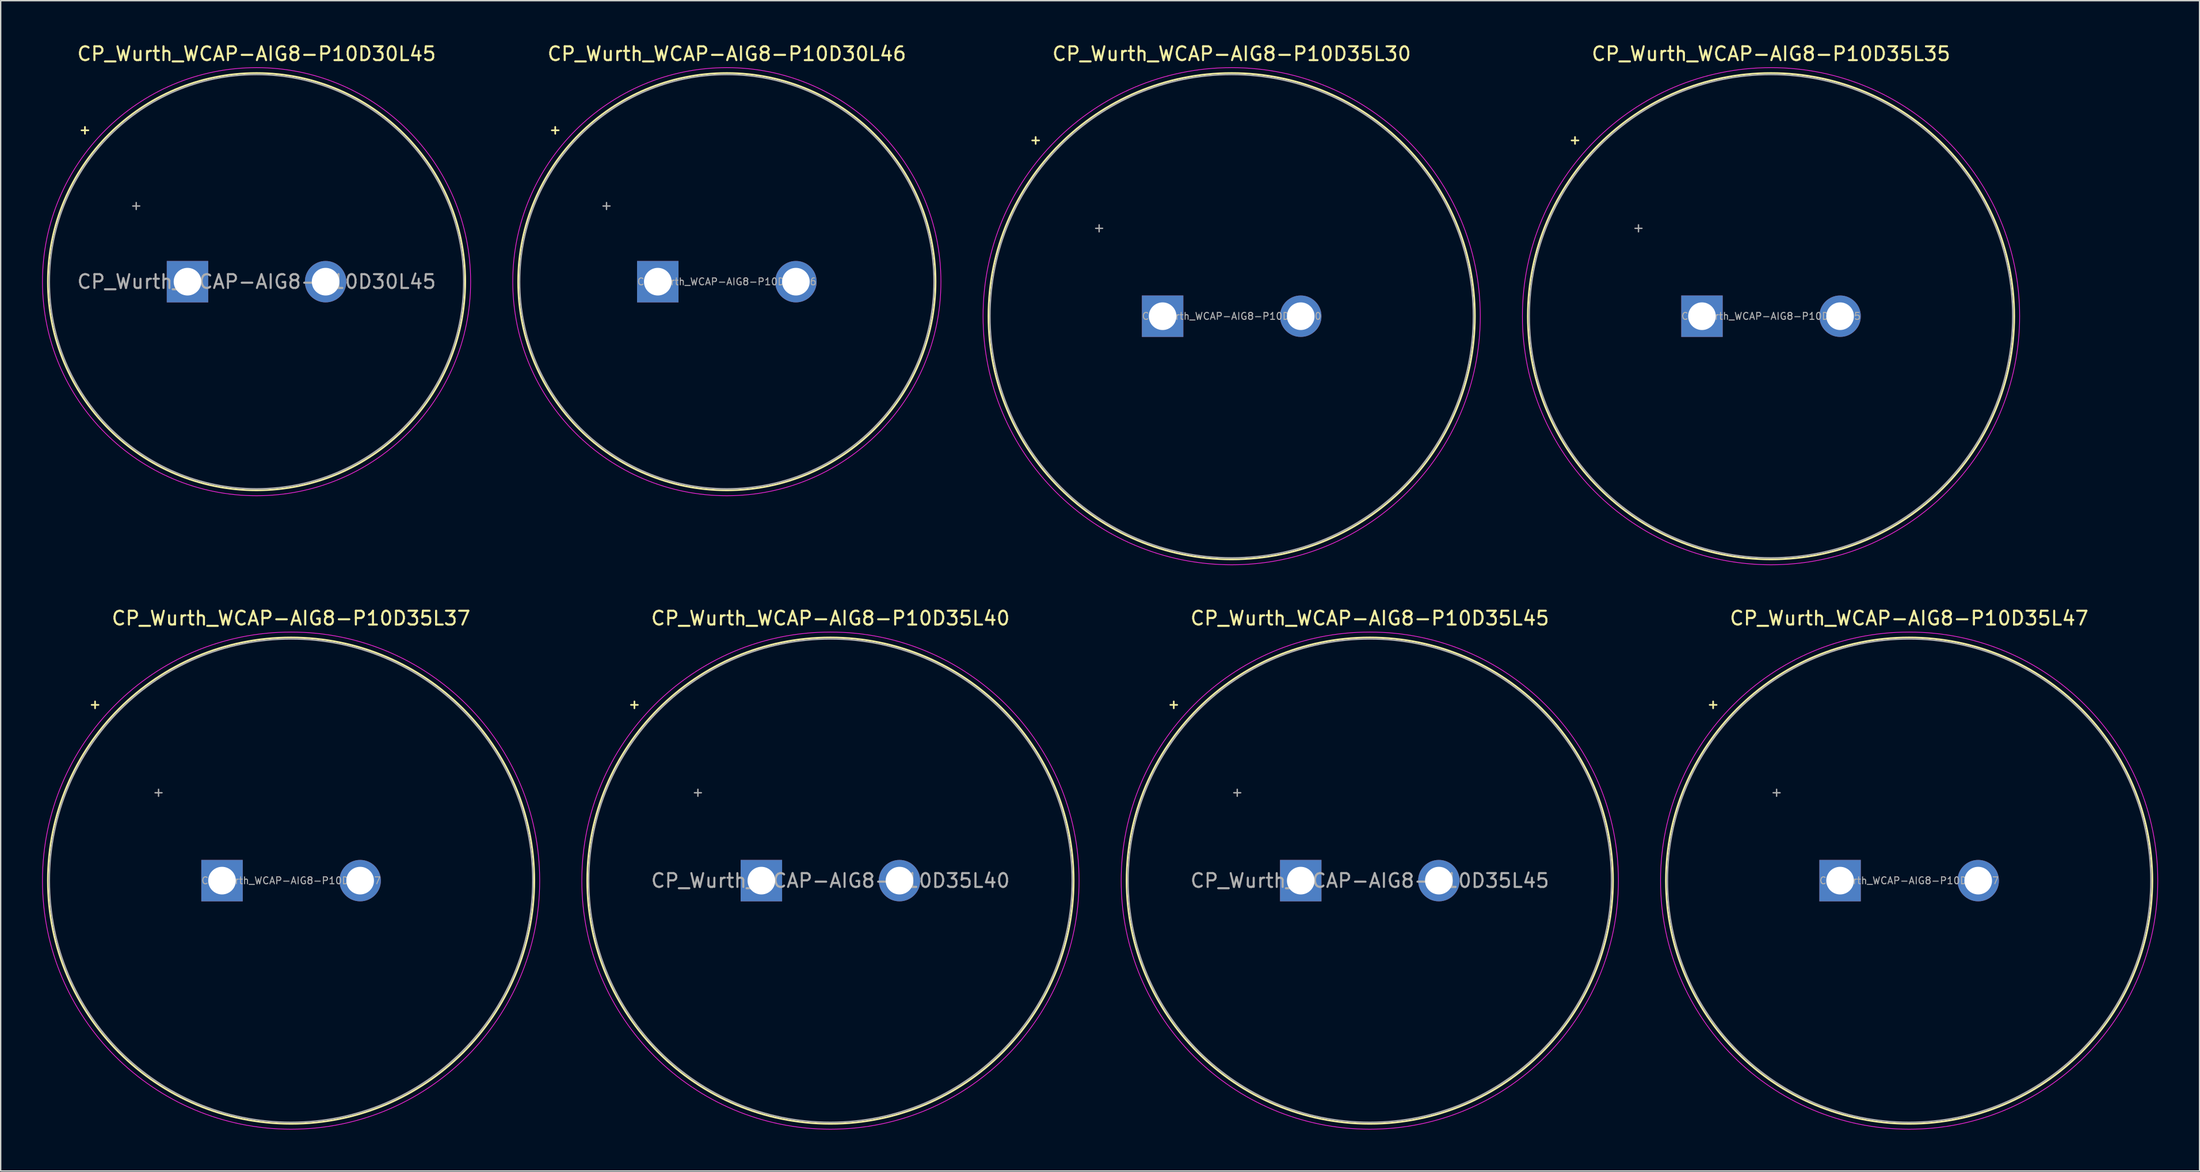
<source format=kicad_pcb>
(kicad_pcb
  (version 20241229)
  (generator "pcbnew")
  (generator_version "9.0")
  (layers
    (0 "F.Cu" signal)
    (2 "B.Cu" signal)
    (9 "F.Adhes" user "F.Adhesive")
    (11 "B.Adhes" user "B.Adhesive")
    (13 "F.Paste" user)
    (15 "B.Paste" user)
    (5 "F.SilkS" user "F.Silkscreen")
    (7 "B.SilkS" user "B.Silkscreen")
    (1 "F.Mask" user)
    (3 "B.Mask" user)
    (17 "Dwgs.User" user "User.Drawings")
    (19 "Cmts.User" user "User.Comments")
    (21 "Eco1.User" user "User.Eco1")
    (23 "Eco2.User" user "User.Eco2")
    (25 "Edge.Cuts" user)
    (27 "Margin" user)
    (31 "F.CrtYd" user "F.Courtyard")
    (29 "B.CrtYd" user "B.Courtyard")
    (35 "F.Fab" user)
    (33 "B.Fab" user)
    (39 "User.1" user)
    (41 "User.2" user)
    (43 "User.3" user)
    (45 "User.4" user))
  (footprint "CP_Wurth_WCAP-AIG8-P10D30L46"
    (layer "F.Cu")
    (at 44.575 17.348)
    (property "Reference" "CP_Wurth_WCAP-AIG8-P10D30L46" (at 5 -16.5 0) (unlocked yes) (layer "F.SilkS") (effects (font (size 1 1) (thickness 0.15))))
    (attr through_hole)
    (fp_line (start -7.675 -10.96) (end -7.175 -10.96) (stroke (width 0.12) (type solid)) (layer "F.SilkS"))
    (fp_line (start -7.425 -10.71) (end -7.425 -11.21) (stroke (width 0.12) (type solid)) (layer "F.SilkS"))
    (fp_circle (center 5 0) (end 20.11 0) (stroke (width 0.12) (type solid)) (fill no) (layer "F.SilkS"))
    (fp_circle (center 5 0) (end 20.5 0) (stroke (width 0.05) (type solid)) (fill no) (layer "F.CrtYd"))
    (fp_line (start -3.962 -5.48) (end -3.462 -5.48) (stroke (width 0.1) (type default)) (layer "F.Fab"))
    (fp_line (start -3.712 -5.23) (end -3.712 -5.73) (stroke (width 0.1) (type default)) (layer "F.Fab"))
    (fp_circle (center 5 0) (end 20 0) (stroke (width 0.1) (type solid)) (fill no) (layer "F.Fab"))
    (fp_text user "${REFERENCE}" (at 5 0 0) (unlocked yes) (layer "F.Fab") (effects (font (size 0.5 0.5) (thickness 0.075))))
    (pad "1" thru_hole rect (at 0 0) (size 3 3) (drill 2) (layers "*.Cu" "*.Mask"))
    (pad "2" thru_hole circle (at 10 0) (size 3 3) (drill 2) (layers "*.Cu" "*.Mask")))
  (footprint "CP_Wurth_WCAP-AIG8-P10D35L37"
    (layer "F.Cu")
    (at 13.025 60.721)
    (property "Reference" "CP_Wurth_WCAP-AIG8-P10D35L37" (at 5 -19 0) (unlocked yes) (layer "F.SilkS") (effects (font (size 1 1) (thickness 0.15))))
    (attr through_hole)
    (fp_line (start -9.442 -12.728) (end -8.942 -12.728) (stroke (width 0.12) (type solid)) (layer "F.SilkS"))
    (fp_line (start -9.192 -12.478) (end -9.192 -12.978) (stroke (width 0.12) (type solid)) (layer "F.SilkS"))
    (fp_circle (center 5 0) (end 22.61 0) (stroke (width 0.12) (type solid)) (fill no) (layer "F.SilkS"))
    (fp_circle (center 5 0) (end 23 0) (stroke (width 0.05) (type solid)) (fill no) (layer "F.CrtYd"))
    (fp_line (start -4.846 -6.364) (end -4.346 -6.364) (stroke (width 0.1) (type default)) (layer "F.Fab"))
    (fp_line (start -4.596 -6.114) (end -4.596 -6.614) (stroke (width 0.1) (type default)) (layer "F.Fab"))
    (fp_circle (center 5 0) (end 22.5 0) (stroke (width 0.1) (type solid)) (fill no) (layer "F.Fab"))
    (fp_text user "${REFERENCE}" (at 5 0 0) (unlocked yes) (layer "F.Fab") (effects (font (size 0.5 0.5) (thickness 0.075))))
    (pad "1" thru_hole rect (at 0 0) (size 3 3) (drill 2) (layers "*.Cu" "*.Mask"))
    (pad "2" thru_hole circle (at 10 0) (size 3 3) (drill 2) (layers "*.Cu" "*.Mask")))
  (footprint "CP_Wurth_WCAP-AIG8-P10D35L45"
    (layer "F.Cu")
    (at 91.125 60.721)
    (property "Reference" "CP_Wurth_WCAP-AIG8-P10D35L45" (at 5 -19 0) (unlocked yes) (layer "F.SilkS") (effects (font (size 1 1) (thickness 0.15))))
    (attr through_hole)
    (fp_line (start -9.442 -12.728) (end -8.942 -12.728) (stroke (width 0.12) (type solid)) (layer "F.SilkS"))
    (fp_line (start -9.192 -12.478) (end -9.192 -12.978) (stroke (width 0.12) (type solid)) (layer "F.SilkS"))
    (fp_circle (center 5 0) (end 22.61 0) (stroke (width 0.12) (type solid)) (fill no) (layer "F.SilkS"))
    (fp_circle (center 5 0) (end 23 0) (stroke (width 0.05) (type solid)) (fill no) (layer "F.CrtYd"))
    (fp_line (start -4.846 -6.364) (end -4.346 -6.364) (stroke (width 0.1) (type default)) (layer "F.Fab"))
    (fp_line (start -4.596 -6.114) (end -4.596 -6.614) (stroke (width 0.1) (type default)) (layer "F.Fab"))
    (fp_circle (center 5 0) (end 22.5 0) (stroke (width 0.1) (type solid)) (fill no) (layer "F.Fab"))
    (fp_text user "${REFERENCE}" (at 5 0 0) (unlocked yes) (layer "F.Fab") (effects (font (size 1 1) (thickness 0.15))))
    (pad "1" thru_hole rect (at 0 0) (size 3 3) (drill 2) (layers "*.Cu" "*.Mask"))
    (pad "2" thru_hole circle (at 10 0) (size 3 3) (drill 2) (layers "*.Cu" "*.Mask")))
  (footprint "CP_Wurth_WCAP-AIG8-P10D35L47"
    (layer "F.Cu")
    (at 130.175 60.721)
    (property "Reference" "CP_Wurth_WCAP-AIG8-P10D35L47" (at 5 -19 0) (unlocked yes) (layer "F.SilkS") (effects (font (size 1 1) (thickness 0.15))))
    (attr through_hole)
    (fp_line (start -9.442 -12.728) (end -8.942 -12.728) (stroke (width 0.12) (type solid)) (layer "F.SilkS"))
    (fp_line (start -9.192 -12.478) (end -9.192 -12.978) (stroke (width 0.12) (type solid)) (layer "F.SilkS"))
    (fp_circle (center 5 0) (end 22.61 0) (stroke (width 0.12) (type solid)) (fill no) (layer "F.SilkS"))
    (fp_circle (center 5 0) (end 23 0) (stroke (width 0.05) (type solid)) (fill no) (layer "F.CrtYd"))
    (fp_line (start -4.846 -6.364) (end -4.346 -6.364) (stroke (width 0.1) (type default)) (layer "F.Fab"))
    (fp_line (start -4.596 -6.114) (end -4.596 -6.614) (stroke (width 0.1) (type default)) (layer "F.Fab"))
    (fp_circle (center 5 0) (end 22.5 0) (stroke (width 0.1) (type solid)) (fill no) (layer "F.Fab"))
    (fp_text user "${REFERENCE}" (at 5 0 0) (unlocked yes) (layer "F.Fab") (effects (font (size 0.5 0.5) (thickness 0.075))))
    (pad "1" thru_hole rect (at 0 0) (size 3 3) (drill 2) (layers "*.Cu" "*.Mask"))
    (pad "2" thru_hole circle (at 10 0) (size 3 3) (drill 2) (layers "*.Cu" "*.Mask")))
  (footprint "CP_Wurth_WCAP-AIG8-P10D30L45"
    (layer "F.Cu")
    (at 10.525 17.348)
    (property "Reference" "CP_Wurth_WCAP-AIG8-P10D30L45" (at 5 -16.5 0) (unlocked yes) (layer "F.SilkS") (effects (font (size 1 1) (thickness 0.15))))
    (attr through_hole)
    (fp_line (start -7.675 -10.96) (end -7.175 -10.96) (stroke (width 0.12) (type solid)) (layer "F.SilkS"))
    (fp_line (start -7.425 -10.71) (end -7.425 -11.21) (stroke (width 0.12) (type solid)) (layer "F.SilkS"))
    (fp_circle (center 5 0) (end 20.11 0) (stroke (width 0.12) (type solid)) (fill no) (layer "F.SilkS"))
    (fp_circle (center 5 0) (end 20.5 0) (stroke (width 0.05) (type solid)) (fill no) (layer "F.CrtYd"))
    (fp_line (start -3.962 -5.48) (end -3.462 -5.48) (stroke (width 0.1) (type default)) (layer "F.Fab"))
    (fp_line (start -3.712 -5.23) (end -3.712 -5.73) (stroke (width 0.1) (type default)) (layer "F.Fab"))
    (fp_circle (center 5 0) (end 20 0) (stroke (width 0.1) (type solid)) (fill no) (layer "F.Fab"))
    (fp_text user "${REFERENCE}" (at 5 0 0) (unlocked yes) (layer "F.Fab") (effects (font (size 1 1) (thickness 0.15))))
    (pad "1" thru_hole rect (at 0 0) (size 3 3) (drill 2) (layers "*.Cu" "*.Mask"))
    (pad "2" thru_hole circle (at 10 0) (size 3 3) (drill 2) (layers "*.Cu" "*.Mask")))
  (footprint "CP_Wurth_WCAP-AIG8-P10D35L35"
    (layer "F.Cu")
    (at 120.175 19.848)
    (property "Reference" "CP_Wurth_WCAP-AIG8-P10D35L35" (at 5 -19 0) (unlocked yes) (layer "F.SilkS") (effects (font (size 1 1) (thickness 0.15))))
    (attr through_hole)
    (fp_line (start -9.442 -12.728) (end -8.942 -12.728) (stroke (width 0.12) (type solid)) (layer "F.SilkS"))
    (fp_line (start -9.192 -12.478) (end -9.192 -12.978) (stroke (width 0.12) (type solid)) (layer "F.SilkS"))
    (fp_circle (center 5 0) (end 22.61 0) (stroke (width 0.12) (type solid)) (fill no) (layer "F.SilkS"))
    (fp_circle (center 5 0) (end 23 0) (stroke (width 0.05) (type solid)) (fill no) (layer "F.CrtYd"))
    (fp_line (start -4.846 -6.364) (end -4.346 -6.364) (stroke (width 0.1) (type default)) (layer "F.Fab"))
    (fp_line (start -4.596 -6.114) (end -4.596 -6.614) (stroke (width 0.1) (type default)) (layer "F.Fab"))
    (fp_circle (center 5 0) (end 22.5 0) (stroke (width 0.1) (type solid)) (fill no) (layer "F.Fab"))
    (fp_text user "${REFERENCE}" (at 5 0 0) (unlocked yes) (layer "F.Fab") (effects (font (size 0.5 0.5) (thickness 0.075))))
    (pad "1" thru_hole rect (at 0 0) (size 3 3) (drill 2) (layers "*.Cu" "*.Mask"))
    (pad "2" thru_hole circle (at 10 0) (size 3 3) (drill 2) (layers "*.Cu" "*.Mask")))
  (footprint "CP_Wurth_WCAP-AIG8-P10D35L40"
    (layer "F.Cu")
    (at 52.075 60.721)
    (property "Reference" "CP_Wurth_WCAP-AIG8-P10D35L40" (at 5 -19 0) (unlocked yes) (layer "F.SilkS") (effects (font (size 1 1) (thickness 0.15))))
    (attr through_hole)
    (fp_line (start -9.442 -12.728) (end -8.942 -12.728) (stroke (width 0.12) (type solid)) (layer "F.SilkS"))
    (fp_line (start -9.192 -12.478) (end -9.192 -12.978) (stroke (width 0.12) (type solid)) (layer "F.SilkS"))
    (fp_circle (center 5 0) (end 22.61 0) (stroke (width 0.12) (type solid)) (fill no) (layer "F.SilkS"))
    (fp_circle (center 5 0) (end 23 0) (stroke (width 0.05) (type solid)) (fill no) (layer "F.CrtYd"))
    (fp_line (start -4.846 -6.364) (end -4.346 -6.364) (stroke (width 0.1) (type default)) (layer "F.Fab"))
    (fp_line (start -4.596 -6.114) (end -4.596 -6.614) (stroke (width 0.1) (type default)) (layer "F.Fab"))
    (fp_circle (center 5 0) (end 22.5 0) (stroke (width 0.1) (type solid)) (fill no) (layer "F.Fab"))
    (fp_text user "${REFERENCE}" (at 5 0 0) (unlocked yes) (layer "F.Fab") (effects (font (size 1 1) (thickness 0.15))))
    (pad "1" thru_hole rect (at 0 0) (size 3 3) (drill 2) (layers "*.Cu" "*.Mask"))
    (pad "2" thru_hole circle (at 10 0) (size 3 3) (drill 2) (layers "*.Cu" "*.Mask")))
  (footprint "CP_Wurth_WCAP-AIG8-P10D35L30"
    (layer "F.Cu")
    (at 81.125 19.848)
    (property "Reference" "CP_Wurth_WCAP-AIG8-P10D35L30" (at 5 -19 0) (unlocked yes) (layer "F.SilkS") (effects (font (size 1 1) (thickness 0.15))))
    (attr through_hole)
    (fp_line (start -9.442 -12.728) (end -8.942 -12.728) (stroke (width 0.12) (type solid)) (layer "F.SilkS"))
    (fp_line (start -9.192 -12.478) (end -9.192 -12.978) (stroke (width 0.12) (type solid)) (layer "F.SilkS"))
    (fp_circle (center 5 0) (end 22.61 0) (stroke (width 0.12) (type solid)) (fill no) (layer "F.SilkS"))
    (fp_circle (center 5 0) (end 23 0) (stroke (width 0.05) (type solid)) (fill no) (layer "F.CrtYd"))
    (fp_line (start -4.846 -6.364) (end -4.346 -6.364) (stroke (width 0.1) (type default)) (layer "F.Fab"))
    (fp_line (start -4.596 -6.114) (end -4.596 -6.614) (stroke (width 0.1) (type default)) (layer "F.Fab"))
    (fp_circle (center 5 0) (end 22.5 0) (stroke (width 0.1) (type solid)) (fill no) (layer "F.Fab"))
    (fp_text user "${REFERENCE}" (at 5 0 0) (unlocked yes) (layer "F.Fab") (effects (font (size 0.5 0.5) (thickness 0.075))))
    (pad "1" thru_hole rect (at 0 0) (size 3 3) (drill 2) (layers "*.Cu" "*.Mask"))
    (pad "2" thru_hole circle (at 10 0) (size 3 3) (drill 2) (layers "*.Cu" "*.Mask")))
  (gr_rect
    (start -3 -3)
    (end 156.2 81.746)
    (stroke (width 0.1) (type default))
    (fill no)
    (layer "Edge.Cuts")))
</source>
